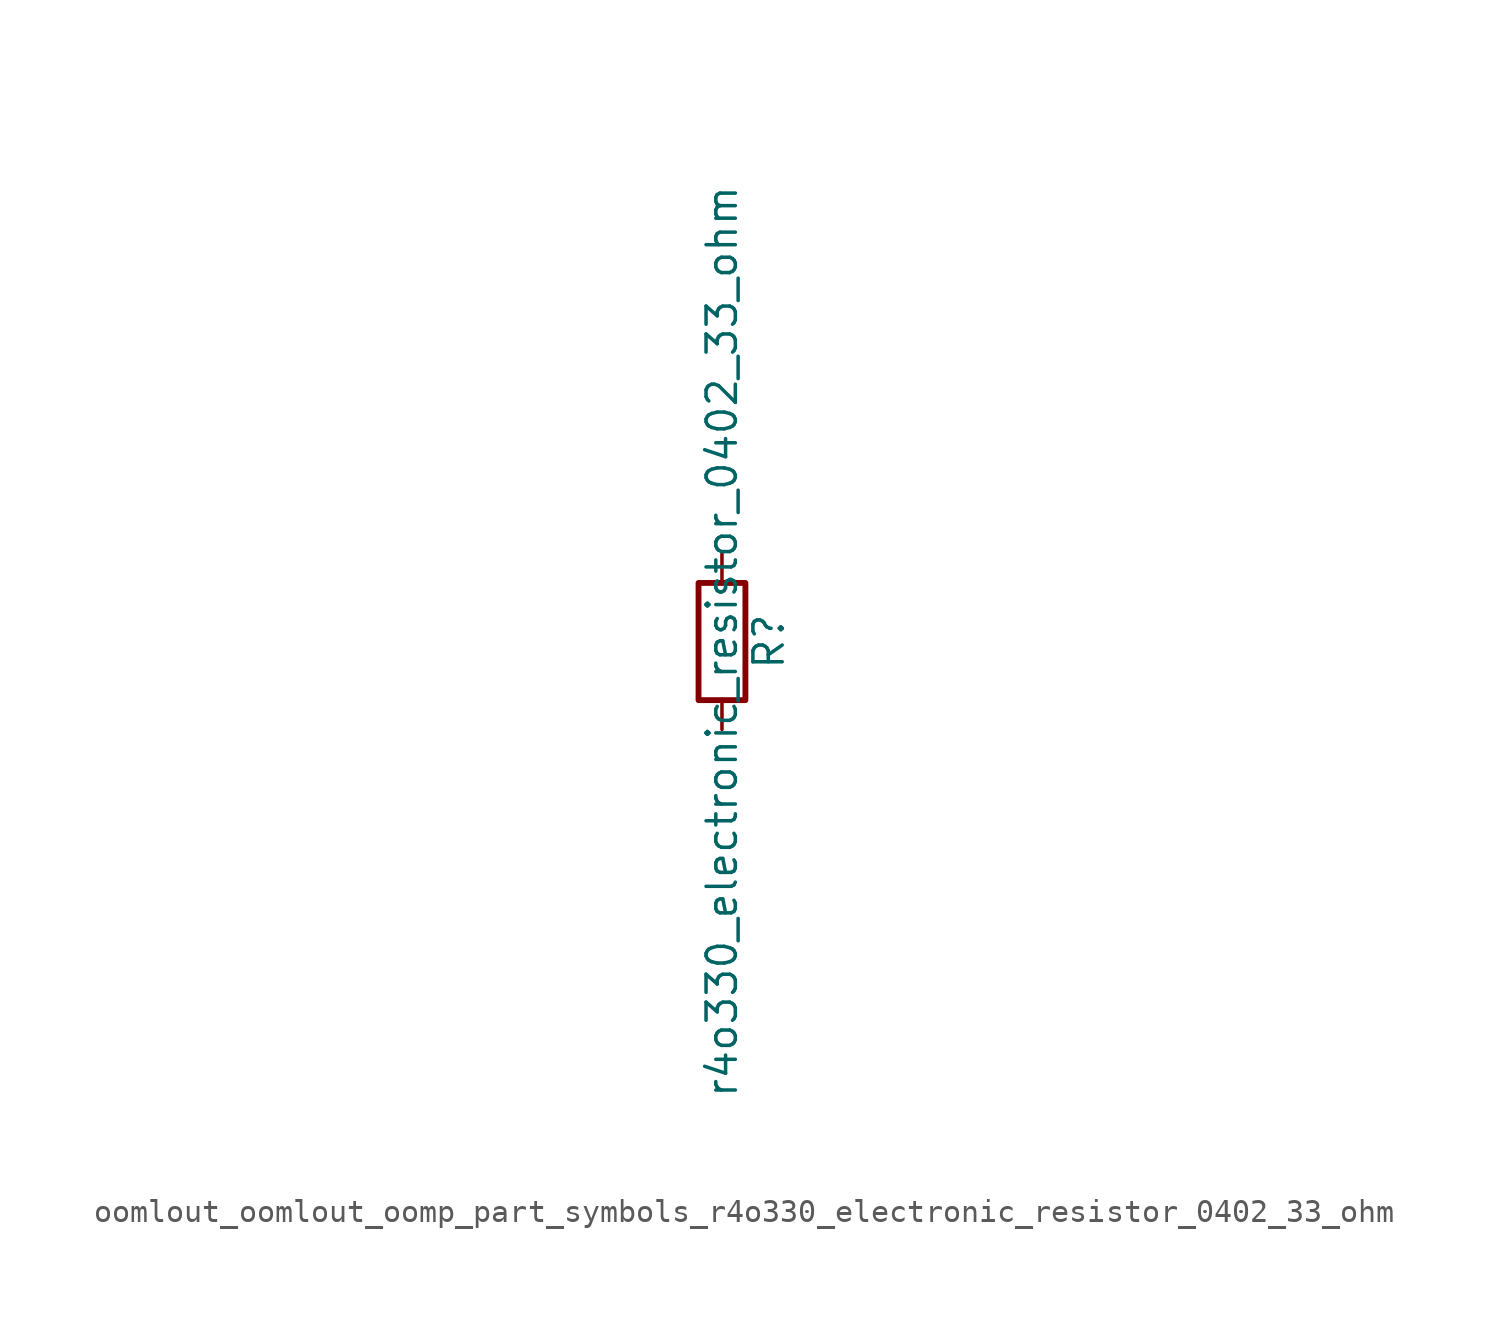
<source format=kicad_sym>
(kicad_symbol_lib
  (version 20220914)
  (generator kicad_symbol_editor)
  (symbol "oomlout_oomlout_oomp_part_symbols_r4o330_electronic_resistor_0402_33_ohm"
    (pin_numbers hide)
    (pin_names
      (offset 0))
    (property "Reference" "R"
      (at 2.032 0 90)
      (effects (font (size 1.27 1.27))))
    (property "Value" "r4o330_electronic_resistor_0402_33_ohm"
      (at 0 0 90)
      (effects (font (size 1.27 1.27))))
    (symbol "oomlout_oomlout_oomp_part_symbols_r4o330_electronic_resistor_0402_33_ohm_0_1"
      (rectangle (start -1.016 -2.54) (end 1.016 2.54) (stroke (width 0.254) (type default)) (fill (type none))))
    (symbol "oomlout_oomlout_oomp_part_symbols_r4o330_electronic_resistor_0402_33_ohm_1_1"
      (pin passive line (at 0 3.81 270) (length 1.27) (name "~" (effects (font (size 1.27 1.27)))) (number "1" (effects (font (size 1.27 1.27)))))
      (pin passive line (at 0 -3.81 90) (length 1.27) (name "~" (effects (font (size 1.27 1.27)))) (number "2" (effects (font (size 1.27 1.27))))))))
</source>
